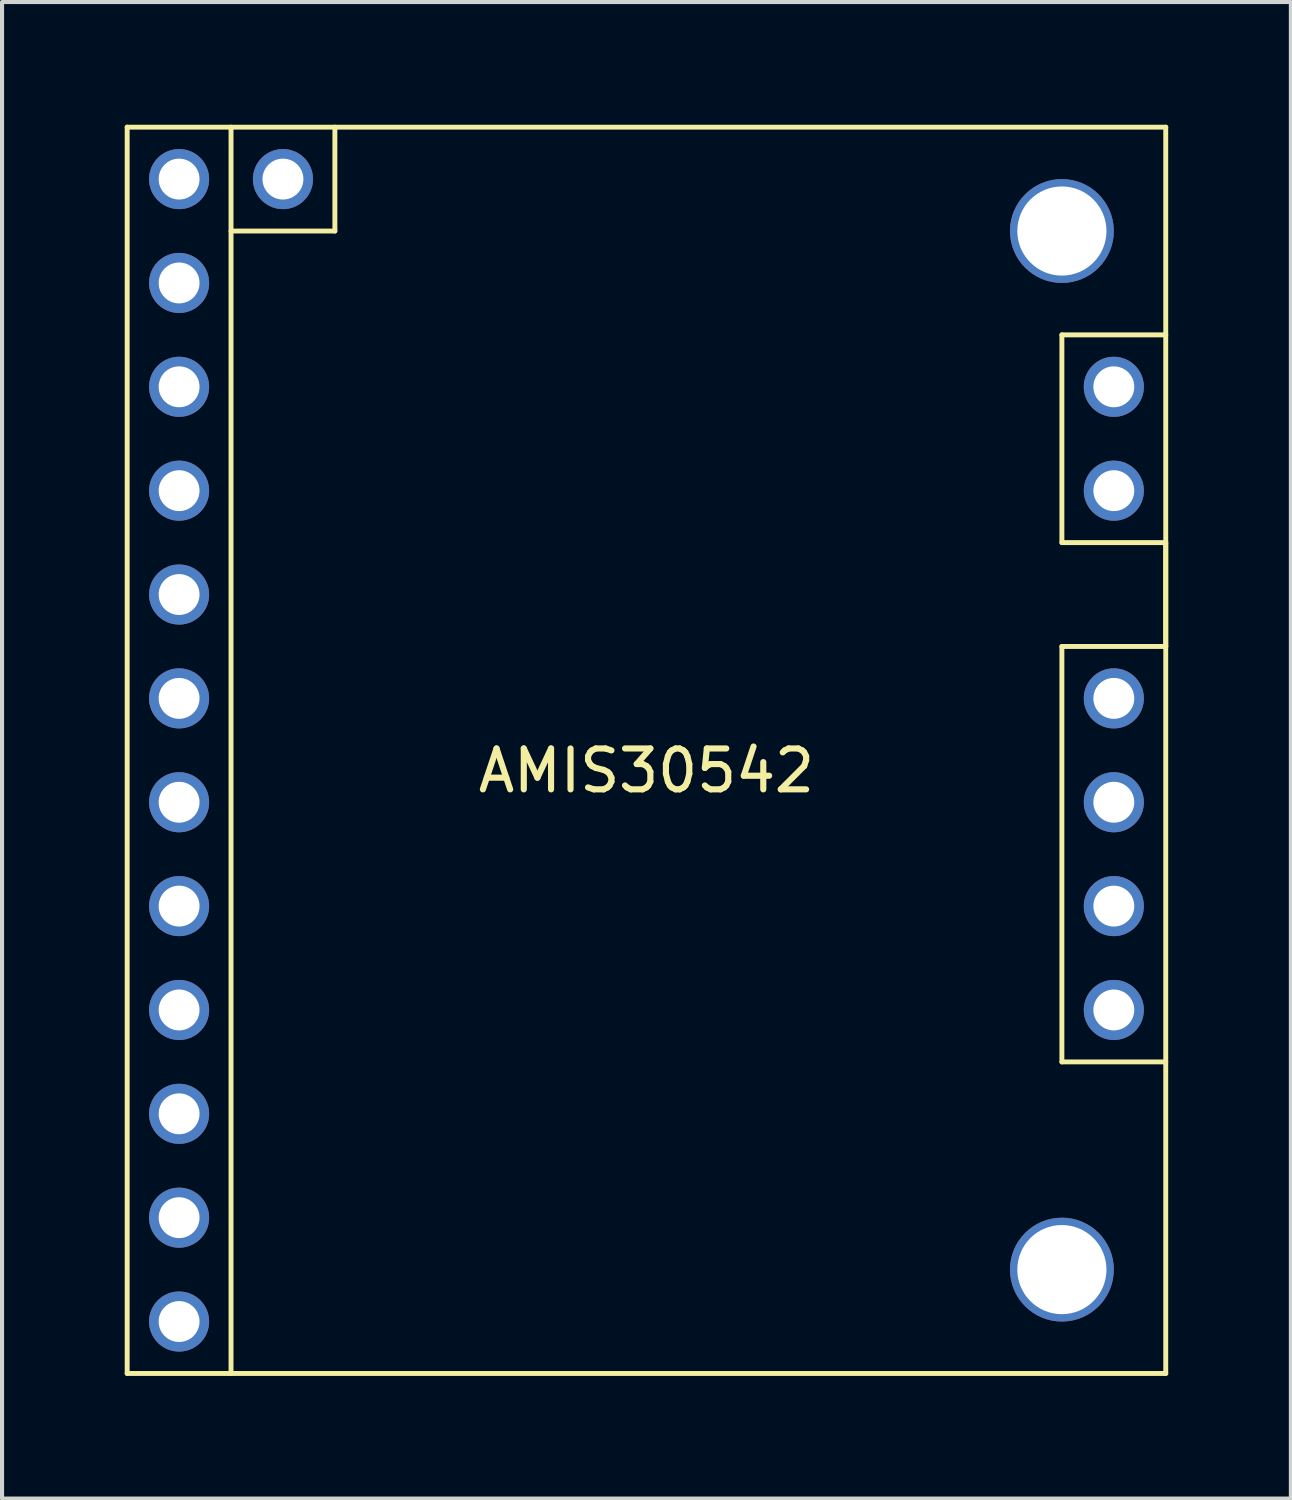
<source format=kicad_pcb>
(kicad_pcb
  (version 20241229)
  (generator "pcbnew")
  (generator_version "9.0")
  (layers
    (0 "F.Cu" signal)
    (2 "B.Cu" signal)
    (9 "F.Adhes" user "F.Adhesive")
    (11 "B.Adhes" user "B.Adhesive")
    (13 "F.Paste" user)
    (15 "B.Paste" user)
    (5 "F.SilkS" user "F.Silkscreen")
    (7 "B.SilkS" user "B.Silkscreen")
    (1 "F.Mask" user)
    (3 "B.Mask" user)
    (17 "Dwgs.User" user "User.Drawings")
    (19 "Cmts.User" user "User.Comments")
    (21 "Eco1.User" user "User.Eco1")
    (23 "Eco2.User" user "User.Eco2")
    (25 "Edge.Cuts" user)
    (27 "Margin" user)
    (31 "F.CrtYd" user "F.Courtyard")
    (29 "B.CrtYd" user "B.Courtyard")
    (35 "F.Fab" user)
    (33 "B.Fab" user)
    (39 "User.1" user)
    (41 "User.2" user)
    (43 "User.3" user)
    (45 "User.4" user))
  (footprint "AMIS30542"
    (layer "F.Cu")
    (at 12.76 15.3)
    (property "Reference" "AMIS30542" (at 0 0.5 0) (layer "F.SilkS") (effects (font (size 1 1) (thickness 0.15))))
    (attr through_hole)
    (fp_line (start -12.7 -15.24) (end 12.7 -15.24) (stroke (width 0.12) (type solid)) (layer "F.SilkS"))
    (fp_line (start -12.7 15.24) (end -12.7 -15.24) (stroke (width 0.12) (type solid)) (layer "F.SilkS"))
    (fp_line (start -10.16 -15.24) (end -10.16 15.24) (stroke (width 0.12) (type solid)) (layer "F.SilkS"))
    (fp_line (start -7.62 -15.24) (end -7.62 -12.7) (stroke (width 0.12) (type solid)) (layer "F.SilkS"))
    (fp_line (start -7.62 -12.7) (end -10.16 -12.7) (stroke (width 0.12) (type solid)) (layer "F.SilkS"))
    (fp_line (start 10.16 -10.16) (end 10.16 -5.08) (stroke (width 0.12) (type solid)) (layer "F.SilkS"))
    (fp_line (start 10.16 -5.08) (end 12.7 -5.08) (stroke (width 0.12) (type solid)) (layer "F.SilkS"))
    (fp_line (start 10.16 -2.54) (end 10.16 7.62) (stroke (width 0.12) (type solid)) (layer "F.SilkS"))
    (fp_line (start 10.16 7.62) (end 12.7 7.62) (stroke (width 0.12) (type solid)) (layer "F.SilkS"))
    (fp_line (start 12.7 -15.24) (end 12.7 15.24) (stroke (width 0.12) (type solid)) (layer "F.SilkS"))
    (fp_line (start 12.7 -10.16) (end 10.16 -10.16) (stroke (width 0.12) (type solid)) (layer "F.SilkS"))
    (fp_line (start 12.7 -5.08) (end 12.7 -2.54) (stroke (width 0.12) (type solid)) (layer "F.SilkS"))
    (fp_line (start 12.7 -2.54) (end 10.16 -2.54) (stroke (width 0.12) (type solid)) (layer "F.SilkS"))
    (fp_line (start 12.7 15.24) (end -12.7 15.24) (stroke (width 0.12) (type solid)) (layer "F.SilkS"))
    (pad "" thru_hole circle (at 10.16 -12.7) (size 2.54 2.54) (drill 2.18) (layers "*.Cu" "*.Mask"))
    (pad "" thru_hole circle (at 10.16 12.7) (size 2.54 2.54) (drill 2.18) (layers "*.Cu" "*.Mask"))
    (pad "1" thru_hole circle (at -8.89 -13.97) (size 1.47 1.47) (drill 1) (layers "*.Cu" "*.Mask"))
    (pad "2" thru_hole circle (at -11.43 -13.97) (size 1.47 1.47) (drill 1) (layers "*.Cu" "*.Mask"))
    (pad "3" thru_hole circle (at -11.43 -11.43) (size 1.47 1.47) (drill 1) (layers "*.Cu" "*.Mask"))
    (pad "4" thru_hole circle (at -11.43 -8.89) (size 1.47 1.47) (drill 1) (layers "*.Cu" "*.Mask"))
    (pad "5" thru_hole circle (at -11.43 -6.35) (size 1.47 1.47) (drill 1) (layers "*.Cu" "*.Mask"))
    (pad "6" thru_hole circle (at -11.43 -3.81) (size 1.47 1.47) (drill 1) (layers "*.Cu" "*.Mask"))
    (pad "7" thru_hole circle (at -11.43 -1.27) (size 1.47 1.47) (drill 1) (layers "*.Cu" "*.Mask"))
    (pad "8" thru_hole circle (at -11.43 1.27) (size 1.47 1.47) (drill 1) (layers "*.Cu" "*.Mask"))
    (pad "9" thru_hole circle (at -11.43 3.81) (size 1.47 1.47) (drill 1) (layers "*.Cu" "*.Mask"))
    (pad "10" thru_hole circle (at -11.43 6.35) (size 1.47 1.47) (drill 1) (layers "*.Cu" "*.Mask"))
    (pad "11" thru_hole circle (at -11.43 8.89) (size 1.47 1.47) (drill 1) (layers "*.Cu" "*.Mask"))
    (pad "12" thru_hole circle (at -11.43 11.43) (size 1.47 1.47) (drill 1) (layers "*.Cu" "*.Mask"))
    (pad "13" thru_hole circle (at -11.43 13.97) (size 1.47 1.47) (drill 1) (layers "*.Cu" "*.Mask"))
    (pad "14" thru_hole circle (at 11.43 -8.89) (size 1.47 1.47) (drill 1) (layers "*.Cu" "*.Mask"))
    (pad "15" thru_hole circle (at 11.43 -6.35) (size 1.47 1.47) (drill 1) (layers "*.Cu" "*.Mask"))
    (pad "16" thru_hole circle (at 11.43 -1.27) (size 1.47 1.47) (drill 1) (layers "*.Cu" "*.Mask"))
    (pad "17" thru_hole circle (at 11.43 1.27) (size 1.47 1.47) (drill 1) (layers "*.Cu" "*.Mask"))
    (pad "18" thru_hole circle (at 11.43 3.81) (size 1.47 1.47) (drill 1) (layers "*.Cu" "*.Mask"))
    (pad "19" thru_hole circle (at 11.43 6.35) (size 1.47 1.47) (drill 1) (layers "*.Cu" "*.Mask")))
  (gr_rect
    (start -3 -3)
    (end 28.52 33.6)
    (stroke (width 0.1) (type default))
    (fill no)
    (layer "Edge.Cuts")))
</source>
